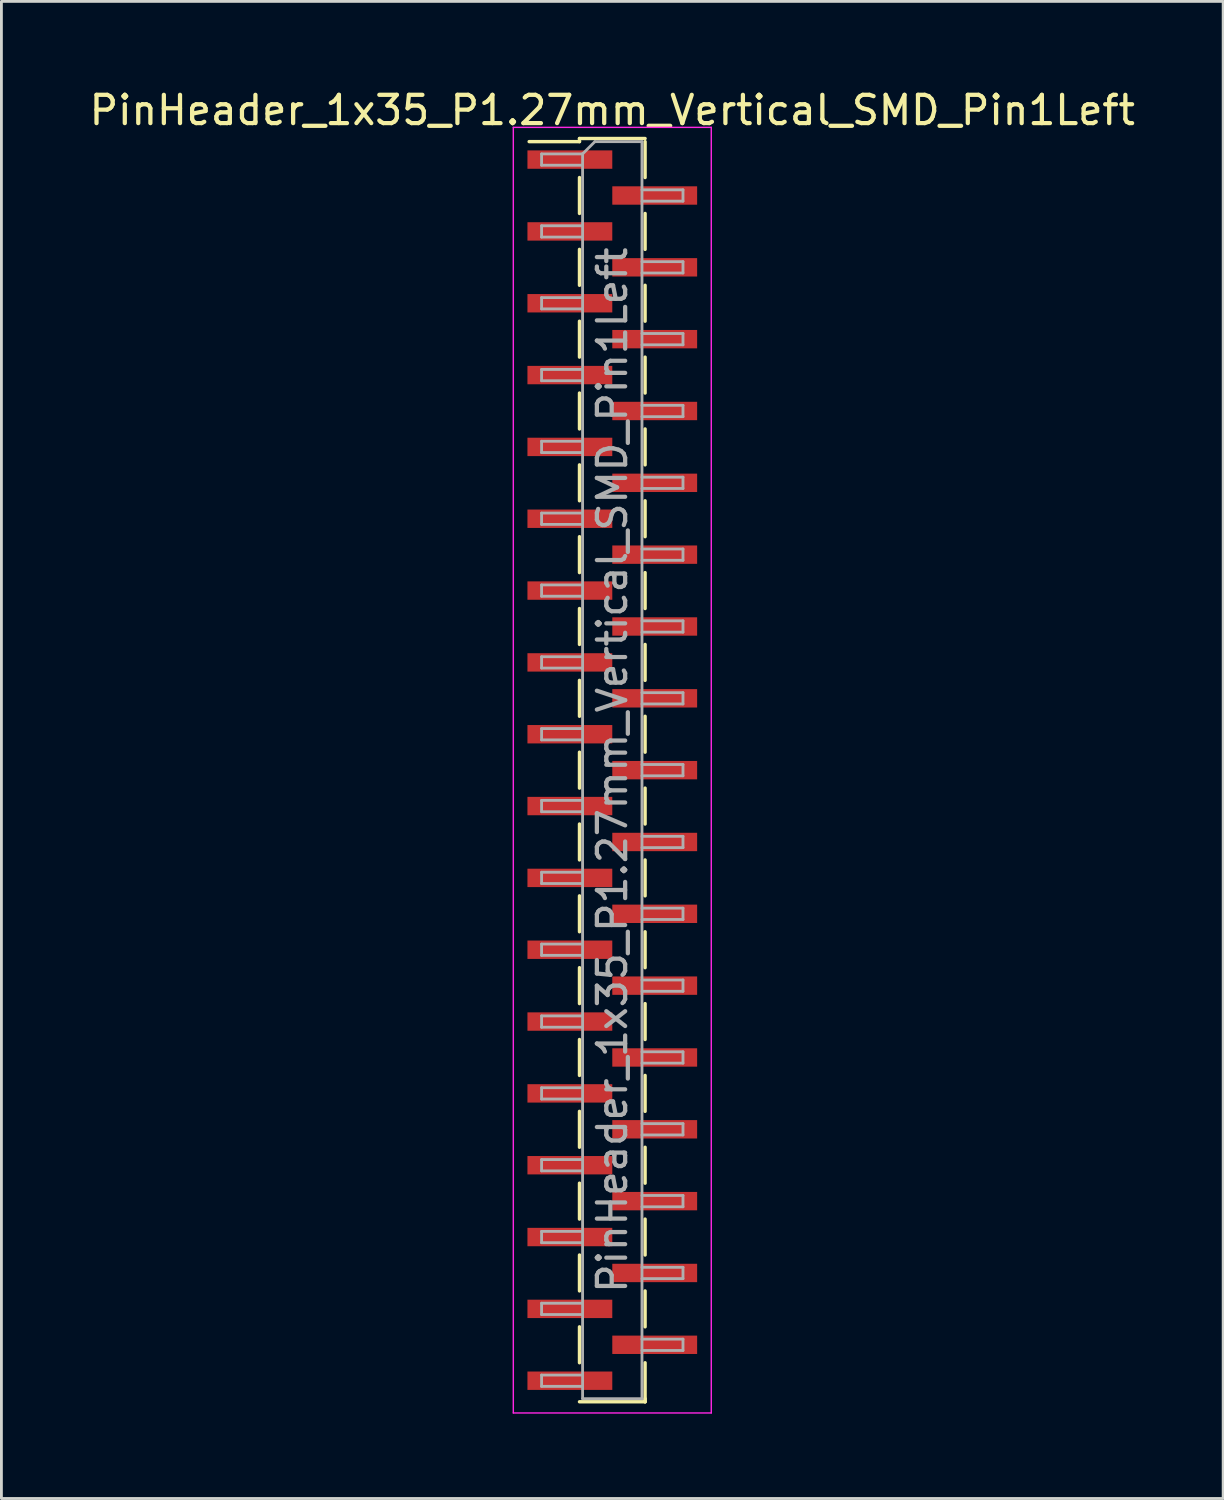
<source format=kicad_pcb>
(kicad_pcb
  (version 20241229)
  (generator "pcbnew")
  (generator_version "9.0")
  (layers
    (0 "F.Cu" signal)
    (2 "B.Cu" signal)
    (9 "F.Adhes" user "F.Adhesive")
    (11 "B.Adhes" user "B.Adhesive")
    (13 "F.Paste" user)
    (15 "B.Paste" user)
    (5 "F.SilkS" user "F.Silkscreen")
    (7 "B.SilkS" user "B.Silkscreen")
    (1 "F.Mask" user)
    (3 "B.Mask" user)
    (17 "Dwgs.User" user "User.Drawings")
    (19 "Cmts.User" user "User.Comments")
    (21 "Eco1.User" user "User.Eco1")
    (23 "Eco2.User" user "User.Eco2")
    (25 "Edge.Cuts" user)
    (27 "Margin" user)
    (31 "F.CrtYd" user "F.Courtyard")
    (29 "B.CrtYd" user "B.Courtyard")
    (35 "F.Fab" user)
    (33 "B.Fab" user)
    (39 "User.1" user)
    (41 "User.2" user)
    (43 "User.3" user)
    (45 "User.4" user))
  (footprint "PinHeader_1x35_P1.27mm_Vertical_SMD_Pin1Left"
    (layer "F.Cu")
    (at 18.601 24.183)
    (property "Reference" "PinHeader_1x35_P1.27mm_Vertical_SMD_Pin1Left" (at 0 -23.335 0) (layer "F.SilkS") (effects (font (size 1 1) (thickness 0.15))))
    (attr smd)
    (fp_line (start -1.16 -22.335) (end -1.16 -22.225) (stroke (width 0.12) (type solid)) (layer "F.SilkS"))
    (fp_line (start -1.16 -22.335) (end 1.16 -22.335) (stroke (width 0.12) (type solid)) (layer "F.SilkS"))
    (fp_line (start -1.16 -22.225) (end -2.94 -22.225) (stroke (width 0.12) (type solid)) (layer "F.SilkS"))
    (fp_line (start -1.16 -20.955) (end -1.16 -19.685) (stroke (width 0.12) (type solid)) (layer "F.SilkS"))
    (fp_line (start -1.16 -18.415) (end -1.16 -17.145) (stroke (width 0.12) (type solid)) (layer "F.SilkS"))
    (fp_line (start -1.16 -15.875) (end -1.16 -14.605) (stroke (width 0.12) (type solid)) (layer "F.SilkS"))
    (fp_line (start -1.16 -13.335) (end -1.16 -12.065) (stroke (width 0.12) (type solid)) (layer "F.SilkS"))
    (fp_line (start -1.16 -10.795) (end -1.16 -9.525) (stroke (width 0.12) (type solid)) (layer "F.SilkS"))
    (fp_line (start -1.16 -8.255) (end -1.16 -6.985) (stroke (width 0.12) (type solid)) (layer "F.SilkS"))
    (fp_line (start -1.16 -5.715) (end -1.16 -4.445) (stroke (width 0.12) (type solid)) (layer "F.SilkS"))
    (fp_line (start -1.16 -3.175) (end -1.16 -1.905) (stroke (width 0.12) (type solid)) (layer "F.SilkS"))
    (fp_line (start -1.16 -0.635) (end -1.16 0.635) (stroke (width 0.12) (type solid)) (layer "F.SilkS"))
    (fp_line (start -1.16 1.905) (end -1.16 3.175) (stroke (width 0.12) (type solid)) (layer "F.SilkS"))
    (fp_line (start -1.16 4.445) (end -1.16 5.715) (stroke (width 0.12) (type solid)) (layer "F.SilkS"))
    (fp_line (start -1.16 6.985) (end -1.16 8.255) (stroke (width 0.12) (type solid)) (layer "F.SilkS"))
    (fp_line (start -1.16 9.525) (end -1.16 10.795) (stroke (width 0.12) (type solid)) (layer "F.SilkS"))
    (fp_line (start -1.16 12.065) (end -1.16 13.335) (stroke (width 0.12) (type solid)) (layer "F.SilkS"))
    (fp_line (start -1.16 14.605) (end -1.16 15.875) (stroke (width 0.12) (type solid)) (layer "F.SilkS"))
    (fp_line (start -1.16 17.145) (end -1.16 18.415) (stroke (width 0.12) (type solid)) (layer "F.SilkS"))
    (fp_line (start -1.16 19.685) (end -1.16 20.955) (stroke (width 0.12) (type solid)) (layer "F.SilkS"))
    (fp_line (start -1.16 22.335) (end 1.16 22.335) (stroke (width 0.12) (type solid)) (layer "F.SilkS"))
    (fp_line (start 1.16 -22.225) (end 1.16 -20.955) (stroke (width 0.12) (type solid)) (layer "F.SilkS"))
    (fp_line (start 1.16 -19.685) (end 1.16 -18.415) (stroke (width 0.12) (type solid)) (layer "F.SilkS"))
    (fp_line (start 1.16 -17.145) (end 1.16 -15.875) (stroke (width 0.12) (type solid)) (layer "F.SilkS"))
    (fp_line (start 1.16 -14.605) (end 1.16 -13.335) (stroke (width 0.12) (type solid)) (layer "F.SilkS"))
    (fp_line (start 1.16 -12.065) (end 1.16 -10.795) (stroke (width 0.12) (type solid)) (layer "F.SilkS"))
    (fp_line (start 1.16 -9.525) (end 1.16 -8.255) (stroke (width 0.12) (type solid)) (layer "F.SilkS"))
    (fp_line (start 1.16 -6.985) (end 1.16 -5.715) (stroke (width 0.12) (type solid)) (layer "F.SilkS"))
    (fp_line (start 1.16 -4.445) (end 1.16 -3.175) (stroke (width 0.12) (type solid)) (layer "F.SilkS"))
    (fp_line (start 1.16 -1.905) (end 1.16 -0.635) (stroke (width 0.12) (type solid)) (layer "F.SilkS"))
    (fp_line (start 1.16 0.635) (end 1.16 1.905) (stroke (width 0.12) (type solid)) (layer "F.SilkS"))
    (fp_line (start 1.16 3.175) (end 1.16 4.445) (stroke (width 0.12) (type solid)) (layer "F.SilkS"))
    (fp_line (start 1.16 5.715) (end 1.16 6.985) (stroke (width 0.12) (type solid)) (layer "F.SilkS"))
    (fp_line (start 1.16 8.255) (end 1.16 9.525) (stroke (width 0.12) (type solid)) (layer "F.SilkS"))
    (fp_line (start 1.16 10.795) (end 1.16 12.065) (stroke (width 0.12) (type solid)) (layer "F.SilkS"))
    (fp_line (start 1.16 13.335) (end 1.16 14.605) (stroke (width 0.12) (type solid)) (layer "F.SilkS"))
    (fp_line (start 1.16 15.875) (end 1.16 17.145) (stroke (width 0.12) (type solid)) (layer "F.SilkS"))
    (fp_line (start 1.16 18.415) (end 1.16 19.685) (stroke (width 0.12) (type solid)) (layer "F.SilkS"))
    (fp_line (start 1.16 20.955) (end 1.16 22.335) (stroke (width 0.12) (type solid)) (layer "F.SilkS"))
    (fp_line (start 1.16 22.225) (end 1.16 22.335) (stroke (width 0.12) (type solid)) (layer "F.SilkS"))
    (fp_line (start -3.5 -22.73) (end -3.5 22.73) (stroke (width 0.05) (type solid)) (layer "F.CrtYd"))
    (fp_line (start -3.5 22.73) (end 3.5 22.73) (stroke (width 0.05) (type solid)) (layer "F.CrtYd"))
    (fp_line (start 3.5 -22.73) (end -3.5 -22.73) (stroke (width 0.05) (type solid)) (layer "F.CrtYd"))
    (fp_line (start 3.5 22.73) (end 3.5 -22.73) (stroke (width 0.05) (type solid)) (layer "F.CrtYd"))
    (fp_line (start -2.5 -21.79) (end -2.5 -21.39) (stroke (width 0.1) (type solid)) (layer "F.Fab"))
    (fp_line (start -2.5 -21.39) (end -1.05 -21.39) (stroke (width 0.1) (type solid)) (layer "F.Fab"))
    (fp_line (start -2.5 -19.25) (end -2.5 -18.85) (stroke (width 0.1) (type solid)) (layer "F.Fab"))
    (fp_line (start -2.5 -18.85) (end -1.05 -18.85) (stroke (width 0.1) (type solid)) (layer "F.Fab"))
    (fp_line (start -2.5 -16.71) (end -2.5 -16.31) (stroke (width 0.1) (type solid)) (layer "F.Fab"))
    (fp_line (start -2.5 -16.31) (end -1.05 -16.31) (stroke (width 0.1) (type solid)) (layer "F.Fab"))
    (fp_line (start -2.5 -14.17) (end -2.5 -13.77) (stroke (width 0.1) (type solid)) (layer "F.Fab"))
    (fp_line (start -2.5 -13.77) (end -1.05 -13.77) (stroke (width 0.1) (type solid)) (layer "F.Fab"))
    (fp_line (start -2.5 -11.63) (end -2.5 -11.23) (stroke (width 0.1) (type solid)) (layer "F.Fab"))
    (fp_line (start -2.5 -11.23) (end -1.05 -11.23) (stroke (width 0.1) (type solid)) (layer "F.Fab"))
    (fp_line (start -2.5 -9.09) (end -2.5 -8.69) (stroke (width 0.1) (type solid)) (layer "F.Fab"))
    (fp_line (start -2.5 -8.69) (end -1.05 -8.69) (stroke (width 0.1) (type solid)) (layer "F.Fab"))
    (fp_line (start -2.5 -6.55) (end -2.5 -6.15) (stroke (width 0.1) (type solid)) (layer "F.Fab"))
    (fp_line (start -2.5 -6.15) (end -1.05 -6.15) (stroke (width 0.1) (type solid)) (layer "F.Fab"))
    (fp_line (start -2.5 -4.01) (end -2.5 -3.61) (stroke (width 0.1) (type solid)) (layer "F.Fab"))
    (fp_line (start -2.5 -3.61) (end -1.05 -3.61) (stroke (width 0.1) (type solid)) (layer "F.Fab"))
    (fp_line (start -2.5 -1.47) (end -2.5 -1.07) (stroke (width 0.1) (type solid)) (layer "F.Fab"))
    (fp_line (start -2.5 -1.07) (end -1.05 -1.07) (stroke (width 0.1) (type solid)) (layer "F.Fab"))
    (fp_line (start -2.5 1.07) (end -2.5 1.47) (stroke (width 0.1) (type solid)) (layer "F.Fab"))
    (fp_line (start -2.5 1.47) (end -1.05 1.47) (stroke (width 0.1) (type solid)) (layer "F.Fab"))
    (fp_line (start -2.5 3.61) (end -2.5 4.01) (stroke (width 0.1) (type solid)) (layer "F.Fab"))
    (fp_line (start -2.5 4.01) (end -1.05 4.01) (stroke (width 0.1) (type solid)) (layer "F.Fab"))
    (fp_line (start -2.5 6.15) (end -2.5 6.55) (stroke (width 0.1) (type solid)) (layer "F.Fab"))
    (fp_line (start -2.5 6.55) (end -1.05 6.55) (stroke (width 0.1) (type solid)) (layer "F.Fab"))
    (fp_line (start -2.5 8.69) (end -2.5 9.09) (stroke (width 0.1) (type solid)) (layer "F.Fab"))
    (fp_line (start -2.5 9.09) (end -1.05 9.09) (stroke (width 0.1) (type solid)) (layer "F.Fab"))
    (fp_line (start -2.5 11.23) (end -2.5 11.63) (stroke (width 0.1) (type solid)) (layer "F.Fab"))
    (fp_line (start -2.5 11.63) (end -1.05 11.63) (stroke (width 0.1) (type solid)) (layer "F.Fab"))
    (fp_line (start -2.5 13.77) (end -2.5 14.17) (stroke (width 0.1) (type solid)) (layer "F.Fab"))
    (fp_line (start -2.5 14.17) (end -1.05 14.17) (stroke (width 0.1) (type solid)) (layer "F.Fab"))
    (fp_line (start -2.5 16.31) (end -2.5 16.71) (stroke (width 0.1) (type solid)) (layer "F.Fab"))
    (fp_line (start -2.5 16.71) (end -1.05 16.71) (stroke (width 0.1) (type solid)) (layer "F.Fab"))
    (fp_line (start -2.5 18.85) (end -2.5 19.25) (stroke (width 0.1) (type solid)) (layer "F.Fab"))
    (fp_line (start -2.5 19.25) (end -1.05 19.25) (stroke (width 0.1) (type solid)) (layer "F.Fab"))
    (fp_line (start -2.5 21.39) (end -2.5 21.79) (stroke (width 0.1) (type solid)) (layer "F.Fab"))
    (fp_line (start -2.5 21.79) (end -1.05 21.79) (stroke (width 0.1) (type solid)) (layer "F.Fab"))
    (fp_line (start -1.05 -21.79) (end -2.5 -21.79) (stroke (width 0.1) (type solid)) (layer "F.Fab"))
    (fp_line (start -1.05 -21.79) (end -0.615 -22.225) (stroke (width 0.1) (type solid)) (layer "F.Fab"))
    (fp_line (start -1.05 -19.25) (end -2.5 -19.25) (stroke (width 0.1) (type solid)) (layer "F.Fab"))
    (fp_line (start -1.05 -16.71) (end -2.5 -16.71) (stroke (width 0.1) (type solid)) (layer "F.Fab"))
    (fp_line (start -1.05 -14.17) (end -2.5 -14.17) (stroke (width 0.1) (type solid)) (layer "F.Fab"))
    (fp_line (start -1.05 -11.63) (end -2.5 -11.63) (stroke (width 0.1) (type solid)) (layer "F.Fab"))
    (fp_line (start -1.05 -9.09) (end -2.5 -9.09) (stroke (width 0.1) (type solid)) (layer "F.Fab"))
    (fp_line (start -1.05 -6.55) (end -2.5 -6.55) (stroke (width 0.1) (type solid)) (layer "F.Fab"))
    (fp_line (start -1.05 -4.01) (end -2.5 -4.01) (stroke (width 0.1) (type solid)) (layer "F.Fab"))
    (fp_line (start -1.05 -1.47) (end -2.5 -1.47) (stroke (width 0.1) (type solid)) (layer "F.Fab"))
    (fp_line (start -1.05 1.07) (end -2.5 1.07) (stroke (width 0.1) (type solid)) (layer "F.Fab"))
    (fp_line (start -1.05 3.61) (end -2.5 3.61) (stroke (width 0.1) (type solid)) (layer "F.Fab"))
    (fp_line (start -1.05 6.15) (end -2.5 6.15) (stroke (width 0.1) (type solid)) (layer "F.Fab"))
    (fp_line (start -1.05 8.69) (end -2.5 8.69) (stroke (width 0.1) (type solid)) (layer "F.Fab"))
    (fp_line (start -1.05 11.23) (end -2.5 11.23) (stroke (width 0.1) (type solid)) (layer "F.Fab"))
    (fp_line (start -1.05 13.77) (end -2.5 13.77) (stroke (width 0.1) (type solid)) (layer "F.Fab"))
    (fp_line (start -1.05 16.31) (end -2.5 16.31) (stroke (width 0.1) (type solid)) (layer "F.Fab"))
    (fp_line (start -1.05 18.85) (end -2.5 18.85) (stroke (width 0.1) (type solid)) (layer "F.Fab"))
    (fp_line (start -1.05 21.39) (end -2.5 21.39) (stroke (width 0.1) (type solid)) (layer "F.Fab"))
    (fp_line (start -1.05 22.225) (end -1.05 -21.79) (stroke (width 0.1) (type solid)) (layer "F.Fab"))
    (fp_line (start -0.615 -22.225) (end 1.05 -22.225) (stroke (width 0.1) (type solid)) (layer "F.Fab"))
    (fp_line (start 1.05 -22.225) (end 1.05 22.225) (stroke (width 0.1) (type solid)) (layer "F.Fab"))
    (fp_line (start 1.05 -20.52) (end 2.5 -20.52) (stroke (width 0.1) (type solid)) (layer "F.Fab"))
    (fp_line (start 1.05 -17.98) (end 2.5 -17.98) (stroke (width 0.1) (type solid)) (layer "F.Fab"))
    (fp_line (start 1.05 -15.44) (end 2.5 -15.44) (stroke (width 0.1) (type solid)) (layer "F.Fab"))
    (fp_line (start 1.05 -12.9) (end 2.5 -12.9) (stroke (width 0.1) (type solid)) (layer "F.Fab"))
    (fp_line (start 1.05 -10.36) (end 2.5 -10.36) (stroke (width 0.1) (type solid)) (layer "F.Fab"))
    (fp_line (start 1.05 -7.82) (end 2.5 -7.82) (stroke (width 0.1) (type solid)) (layer "F.Fab"))
    (fp_line (start 1.05 -5.28) (end 2.5 -5.28) (stroke (width 0.1) (type solid)) (layer "F.Fab"))
    (fp_line (start 1.05 -2.74) (end 2.5 -2.74) (stroke (width 0.1) (type solid)) (layer "F.Fab"))
    (fp_line (start 1.05 -0.2) (end 2.5 -0.2) (stroke (width 0.1) (type solid)) (layer "F.Fab"))
    (fp_line (start 1.05 2.34) (end 2.5 2.34) (stroke (width 0.1) (type solid)) (layer "F.Fab"))
    (fp_line (start 1.05 4.88) (end 2.5 4.88) (stroke (width 0.1) (type solid)) (layer "F.Fab"))
    (fp_line (start 1.05 7.42) (end 2.5 7.42) (stroke (width 0.1) (type solid)) (layer "F.Fab"))
    (fp_line (start 1.05 9.96) (end 2.5 9.96) (stroke (width 0.1) (type solid)) (layer "F.Fab"))
    (fp_line (start 1.05 12.5) (end 2.5 12.5) (stroke (width 0.1) (type solid)) (layer "F.Fab"))
    (fp_line (start 1.05 15.04) (end 2.5 15.04) (stroke (width 0.1) (type solid)) (layer "F.Fab"))
    (fp_line (start 1.05 17.58) (end 2.5 17.58) (stroke (width 0.1) (type solid)) (layer "F.Fab"))
    (fp_line (start 1.05 20.12) (end 2.5 20.12) (stroke (width 0.1) (type solid)) (layer "F.Fab"))
    (fp_line (start 1.05 22.225) (end -1.05 22.225) (stroke (width 0.1) (type solid)) (layer "F.Fab"))
    (fp_line (start 2.5 -20.52) (end 2.5 -20.12) (stroke (width 0.1) (type solid)) (layer "F.Fab"))
    (fp_line (start 2.5 -20.12) (end 1.05 -20.12) (stroke (width 0.1) (type solid)) (layer "F.Fab"))
    (fp_line (start 2.5 -17.98) (end 2.5 -17.58) (stroke (width 0.1) (type solid)) (layer "F.Fab"))
    (fp_line (start 2.5 -17.58) (end 1.05 -17.58) (stroke (width 0.1) (type solid)) (layer "F.Fab"))
    (fp_line (start 2.5 -15.44) (end 2.5 -15.04) (stroke (width 0.1) (type solid)) (layer "F.Fab"))
    (fp_line (start 2.5 -15.04) (end 1.05 -15.04) (stroke (width 0.1) (type solid)) (layer "F.Fab"))
    (fp_line (start 2.5 -12.9) (end 2.5 -12.5) (stroke (width 0.1) (type solid)) (layer "F.Fab"))
    (fp_line (start 2.5 -12.5) (end 1.05 -12.5) (stroke (width 0.1) (type solid)) (layer "F.Fab"))
    (fp_line (start 2.5 -10.36) (end 2.5 -9.96) (stroke (width 0.1) (type solid)) (layer "F.Fab"))
    (fp_line (start 2.5 -9.96) (end 1.05 -9.96) (stroke (width 0.1) (type solid)) (layer "F.Fab"))
    (fp_line (start 2.5 -7.82) (end 2.5 -7.42) (stroke (width 0.1) (type solid)) (layer "F.Fab"))
    (fp_line (start 2.5 -7.42) (end 1.05 -7.42) (stroke (width 0.1) (type solid)) (layer "F.Fab"))
    (fp_line (start 2.5 -5.28) (end 2.5 -4.88) (stroke (width 0.1) (type solid)) (layer "F.Fab"))
    (fp_line (start 2.5 -4.88) (end 1.05 -4.88) (stroke (width 0.1) (type solid)) (layer "F.Fab"))
    (fp_line (start 2.5 -2.74) (end 2.5 -2.34) (stroke (width 0.1) (type solid)) (layer "F.Fab"))
    (fp_line (start 2.5 -2.34) (end 1.05 -2.34) (stroke (width 0.1) (type solid)) (layer "F.Fab"))
    (fp_line (start 2.5 -0.2) (end 2.5 0.2) (stroke (width 0.1) (type solid)) (layer "F.Fab"))
    (fp_line (start 2.5 0.2) (end 1.05 0.2) (stroke (width 0.1) (type solid)) (layer "F.Fab"))
    (fp_line (start 2.5 2.34) (end 2.5 2.74) (stroke (width 0.1) (type solid)) (layer "F.Fab"))
    (fp_line (start 2.5 2.74) (end 1.05 2.74) (stroke (width 0.1) (type solid)) (layer "F.Fab"))
    (fp_line (start 2.5 4.88) (end 2.5 5.28) (stroke (width 0.1) (type solid)) (layer "F.Fab"))
    (fp_line (start 2.5 5.28) (end 1.05 5.28) (stroke (width 0.1) (type solid)) (layer "F.Fab"))
    (fp_line (start 2.5 7.42) (end 2.5 7.82) (stroke (width 0.1) (type solid)) (layer "F.Fab"))
    (fp_line (start 2.5 7.82) (end 1.05 7.82) (stroke (width 0.1) (type solid)) (layer "F.Fab"))
    (fp_line (start 2.5 9.96) (end 2.5 10.36) (stroke (width 0.1) (type solid)) (layer "F.Fab"))
    (fp_line (start 2.5 10.36) (end 1.05 10.36) (stroke (width 0.1) (type solid)) (layer "F.Fab"))
    (fp_line (start 2.5 12.5) (end 2.5 12.9) (stroke (width 0.1) (type solid)) (layer "F.Fab"))
    (fp_line (start 2.5 12.9) (end 1.05 12.9) (stroke (width 0.1) (type solid)) (layer "F.Fab"))
    (fp_line (start 2.5 15.04) (end 2.5 15.44) (stroke (width 0.1) (type solid)) (layer "F.Fab"))
    (fp_line (start 2.5 15.44) (end 1.05 15.44) (stroke (width 0.1) (type solid)) (layer "F.Fab"))
    (fp_line (start 2.5 17.58) (end 2.5 17.98) (stroke (width 0.1) (type solid)) (layer "F.Fab"))
    (fp_line (start 2.5 17.98) (end 1.05 17.98) (stroke (width 0.1) (type solid)) (layer "F.Fab"))
    (fp_line (start 2.5 20.12) (end 2.5 20.52) (stroke (width 0.1) (type solid)) (layer "F.Fab"))
    (fp_line (start 2.5 20.52) (end 1.05 20.52) (stroke (width 0.1) (type solid)) (layer "F.Fab"))
    (fp_text user "${REFERENCE}" (at 0 0 90) (layer "F.Fab") (effects (font (size 1 1) (thickness 0.15))))
    (pad "1" smd rect (at -1.5 -21.59) (size 3 0.65) (layers "F.Cu" "F.Mask" "F.Paste"))
    (pad "2" smd rect (at 1.5 -20.32) (size 3 0.65) (layers "F.Cu" "F.Mask" "F.Paste"))
    (pad "3" smd rect (at -1.5 -19.05) (size 3 0.65) (layers "F.Cu" "F.Mask" "F.Paste"))
    (pad "4" smd rect (at 1.5 -17.78) (size 3 0.65) (layers "F.Cu" "F.Mask" "F.Paste"))
    (pad "5" smd rect (at -1.5 -16.51) (size 3 0.65) (layers "F.Cu" "F.Mask" "F.Paste"))
    (pad "6" smd rect (at 1.5 -15.24) (size 3 0.65) (layers "F.Cu" "F.Mask" "F.Paste"))
    (pad "7" smd rect (at -1.5 -13.97) (size 3 0.65) (layers "F.Cu" "F.Mask" "F.Paste"))
    (pad "8" smd rect (at 1.5 -12.7) (size 3 0.65) (layers "F.Cu" "F.Mask" "F.Paste"))
    (pad "9" smd rect (at -1.5 -11.43) (size 3 0.65) (layers "F.Cu" "F.Mask" "F.Paste"))
    (pad "10" smd rect (at 1.5 -10.16) (size 3 0.65) (layers "F.Cu" "F.Mask" "F.Paste"))
    (pad "11" smd rect (at -1.5 -8.89) (size 3 0.65) (layers "F.Cu" "F.Mask" "F.Paste"))
    (pad "12" smd rect (at 1.5 -7.62) (size 3 0.65) (layers "F.Cu" "F.Mask" "F.Paste"))
    (pad "13" smd rect (at -1.5 -6.35) (size 3 0.65) (layers "F.Cu" "F.Mask" "F.Paste"))
    (pad "14" smd rect (at 1.5 -5.08) (size 3 0.65) (layers "F.Cu" "F.Mask" "F.Paste"))
    (pad "15" smd rect (at -1.5 -3.81) (size 3 0.65) (layers "F.Cu" "F.Mask" "F.Paste"))
    (pad "16" smd rect (at 1.5 -2.54) (size 3 0.65) (layers "F.Cu" "F.Mask" "F.Paste"))
    (pad "17" smd rect (at -1.5 -1.27) (size 3 0.65) (layers "F.Cu" "F.Mask" "F.Paste"))
    (pad "18" smd rect (at 1.5 0) (size 3 0.65) (layers "F.Cu" "F.Mask" "F.Paste"))
    (pad "19" smd rect (at -1.5 1.27) (size 3 0.65) (layers "F.Cu" "F.Mask" "F.Paste"))
    (pad "20" smd rect (at 1.5 2.54) (size 3 0.65) (layers "F.Cu" "F.Mask" "F.Paste"))
    (pad "21" smd rect (at -1.5 3.81) (size 3 0.65) (layers "F.Cu" "F.Mask" "F.Paste"))
    (pad "22" smd rect (at 1.5 5.08) (size 3 0.65) (layers "F.Cu" "F.Mask" "F.Paste"))
    (pad "23" smd rect (at -1.5 6.35) (size 3 0.65) (layers "F.Cu" "F.Mask" "F.Paste"))
    (pad "24" smd rect (at 1.5 7.62) (size 3 0.65) (layers "F.Cu" "F.Mask" "F.Paste"))
    (pad "25" smd rect (at -1.5 8.89) (size 3 0.65) (layers "F.Cu" "F.Mask" "F.Paste"))
    (pad "26" smd rect (at 1.5 10.16) (size 3 0.65) (layers "F.Cu" "F.Mask" "F.Paste"))
    (pad "27" smd rect (at -1.5 11.43) (size 3 0.65) (layers "F.Cu" "F.Mask" "F.Paste"))
    (pad "28" smd rect (at 1.5 12.7) (size 3 0.65) (layers "F.Cu" "F.Mask" "F.Paste"))
    (pad "29" smd rect (at -1.5 13.97) (size 3 0.65) (layers "F.Cu" "F.Mask" "F.Paste"))
    (pad "30" smd rect (at 1.5 15.24) (size 3 0.65) (layers "F.Cu" "F.Mask" "F.Paste"))
    (pad "31" smd rect (at -1.5 16.51) (size 3 0.65) (layers "F.Cu" "F.Mask" "F.Paste"))
    (pad "32" smd rect (at 1.5 17.78) (size 3 0.65) (layers "F.Cu" "F.Mask" "F.Paste"))
    (pad "33" smd rect (at -1.5 19.05) (size 3 0.65) (layers "F.Cu" "F.Mask" "F.Paste"))
    (pad "34" smd rect (at 1.5 20.32) (size 3 0.65) (layers "F.Cu" "F.Mask" "F.Paste"))
    (pad "35" smd rect (at -1.5 21.59) (size 3 0.65) (layers "F.Cu" "F.Mask" "F.Paste")))
  (gr_rect
    (start -3 -3)
    (end 40.202 49.938)
    (stroke (width 0.1) (type default))
    (fill no)
    (layer "Edge.Cuts")))
</source>
